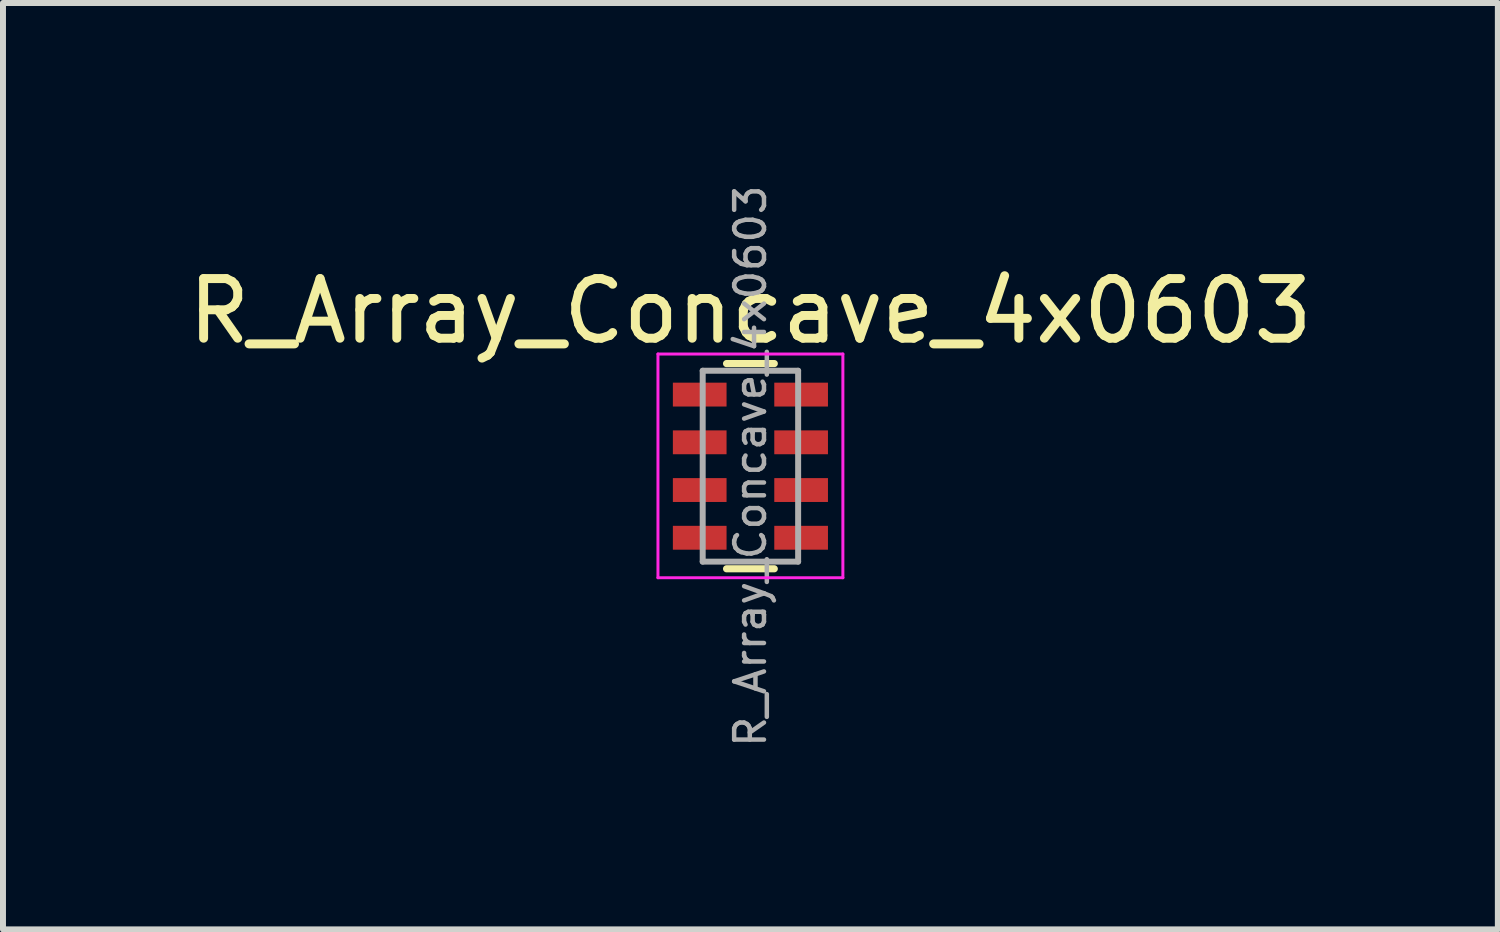
<source format=kicad_pcb>
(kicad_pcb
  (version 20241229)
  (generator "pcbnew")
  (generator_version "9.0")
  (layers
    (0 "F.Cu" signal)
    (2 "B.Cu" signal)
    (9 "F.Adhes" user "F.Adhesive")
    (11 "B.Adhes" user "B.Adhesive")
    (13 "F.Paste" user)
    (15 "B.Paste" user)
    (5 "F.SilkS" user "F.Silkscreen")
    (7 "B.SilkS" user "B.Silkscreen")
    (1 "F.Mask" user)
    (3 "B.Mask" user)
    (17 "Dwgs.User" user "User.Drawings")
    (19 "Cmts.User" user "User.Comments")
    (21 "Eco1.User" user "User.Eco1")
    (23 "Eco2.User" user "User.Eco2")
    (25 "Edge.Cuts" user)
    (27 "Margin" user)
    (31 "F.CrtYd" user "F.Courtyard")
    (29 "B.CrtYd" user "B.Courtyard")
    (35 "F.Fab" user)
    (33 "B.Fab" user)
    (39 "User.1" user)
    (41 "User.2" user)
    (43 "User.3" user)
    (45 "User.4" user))
  (footprint "R_Array_Concave_4x0603"
    (layer "F.Cu")
    (at 9.53 4.765)
    (property "Reference" "R_Array_Concave_4x0603" (at 0 -2.6 0) (layer "F.SilkS") (effects (font (size 1 1) (thickness 0.15))))
    (attr smd)
    (fp_line (start 0.4 -1.72) (end -0.4 -1.72) (stroke (width 0.12) (type solid)) (layer "F.SilkS"))
    (fp_line (start 0.4 1.72) (end -0.4 1.72) (stroke (width 0.12) (type solid)) (layer "F.SilkS"))
    (fp_line (start -1.55 -1.88) (end -1.55 1.87) (stroke (width 0.05) (type solid)) (layer "F.CrtYd"))
    (fp_line (start -1.55 -1.88) (end 1.55 -1.88) (stroke (width 0.05) (type solid)) (layer "F.CrtYd"))
    (fp_line (start 1.55 1.87) (end -1.55 1.87) (stroke (width 0.05) (type solid)) (layer "F.CrtYd"))
    (fp_line (start 1.55 1.87) (end 1.55 -1.88) (stroke (width 0.05) (type solid)) (layer "F.CrtYd"))
    (fp_line (start -0.8 -1.6) (end 0.8 -1.6) (stroke (width 0.1) (type solid)) (layer "F.Fab"))
    (fp_line (start -0.8 1.6) (end -0.8 -1.6) (stroke (width 0.1) (type solid)) (layer "F.Fab"))
    (fp_line (start 0.8 -1.6) (end 0.8 1.6) (stroke (width 0.1) (type solid)) (layer "F.Fab"))
    (fp_line (start 0.8 1.6) (end -0.8 1.6) (stroke (width 0.1) (type solid)) (layer "F.Fab"))
    (fp_text user "${REFERENCE}" (at 0 0 90) (layer "F.Fab") (effects (font (size 0.5 0.5) (thickness 0.075))))
    (pad "1" smd rect (at -0.85 -1.2) (size 0.9 0.4) (layers "F.Cu" "F.Mask" "F.Paste"))
    (pad "2" smd rect (at -0.85 -0.4) (size 0.9 0.4) (layers "F.Cu" "F.Mask" "F.Paste"))
    (pad "3" smd rect (at -0.85 0.4) (size 0.9 0.4) (layers "F.Cu" "F.Mask" "F.Paste"))
    (pad "4" smd rect (at -0.85 1.2) (size 0.9 0.4) (layers "F.Cu" "F.Mask" "F.Paste"))
    (pad "5" smd rect (at 0.85 1.2) (size 0.9 0.4) (layers "F.Cu" "F.Mask" "F.Paste"))
    (pad "6" smd rect (at 0.85 0.4) (size 0.9 0.4) (layers "F.Cu" "F.Mask" "F.Paste"))
    (pad "7" smd rect (at 0.85 -0.4) (size 0.9 0.4) (layers "F.Cu" "F.Mask" "F.Paste"))
    (pad "8" smd rect (at 0.85 -1.2) (size 0.9 0.4) (layers "F.Cu" "F.Mask" "F.Paste")))
  (gr_rect
    (start -3 -3)
    (end 22.06 12.53)
    (stroke (width 0.1) (type default))
    (fill no)
    (layer "Edge.Cuts")))
</source>
